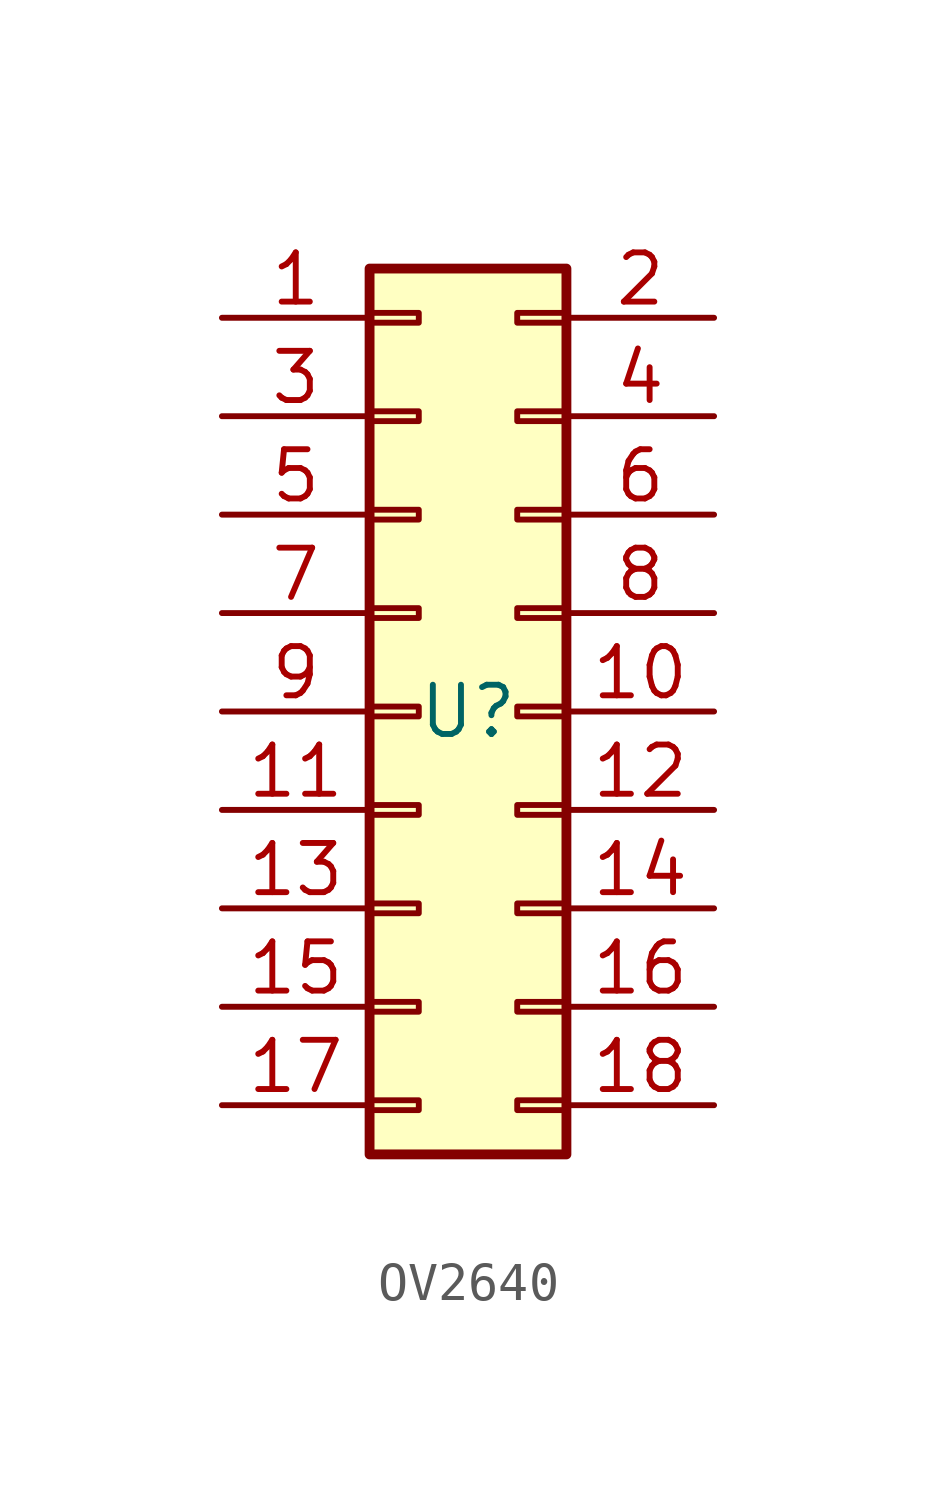
<source format=kicad_sym>
(kicad_symbol_lib
  (version 20241209)
  (generator "kicad_symbol_editor")
  (generator_version "9.0")
  (symbol "OV2640"
    (property "Reference" "U"
      (at 1.27 0 0)
      (effects (font (size 1.27 1.27))))
    (property "Value" ""
      (at 0 0 0)
      (effects (font (size 1.27 1.27))))
    (symbol "OV2640_1_1"
      (rectangle (start -1.27 11.43) (end 3.81 -11.43) (stroke (width 0.254) (type default)) (fill (type background)))
      (rectangle (start -1.27 10.287) (end 0 10.033) (stroke (width 0.152) (type default)) (fill (type none)))
      (rectangle (start -1.27 7.747) (end 0 7.493) (stroke (width 0.152) (type default)) (fill (type none)))
      (rectangle (start -1.27 5.207) (end 0 4.953) (stroke (width 0.152) (type default)) (fill (type none)))
      (rectangle (start -1.27 2.667) (end 0 2.413) (stroke (width 0.152) (type default)) (fill (type none)))
      (rectangle (start -1.27 0.127) (end 0 -0.127) (stroke (width 0.152) (type default)) (fill (type none)))
      (rectangle (start -1.27 -2.413) (end 0 -2.667) (stroke (width 0.152) (type default)) (fill (type none)))
      (rectangle (start -1.27 -4.953) (end 0 -5.207) (stroke (width 0.152) (type default)) (fill (type none)))
      (rectangle (start -1.27 -7.493) (end 0 -7.747) (stroke (width 0.152) (type default)) (fill (type none)))
      (rectangle (start -1.27 -10.033) (end 0 -10.287) (stroke (width 0.152) (type default)) (fill (type none)))
      (rectangle (start 2.54 7.747) (end 3.81 7.493) (stroke (width 0.152) (type default)) (fill (type none)))
      (rectangle (start 3.81 10.287) (end 2.54 10.033) (stroke (width 0.152) (type default)) (fill (type none)))
      (rectangle (start 3.81 5.207) (end 2.54 4.953) (stroke (width 0.152) (type default)) (fill (type none)))
      (rectangle (start 3.81 2.667) (end 2.54 2.413) (stroke (width 0.152) (type default)) (fill (type none)))
      (rectangle (start 3.81 0.127) (end 2.54 -0.127) (stroke (width 0.152) (type default)) (fill (type none)))
      (rectangle (start 3.81 -2.413) (end 2.54 -2.667) (stroke (width 0.152) (type default)) (fill (type none)))
      (rectangle (start 3.81 -4.953) (end 2.54 -5.207) (stroke (width 0.152) (type default)) (fill (type none)))
      (rectangle (start 3.81 -7.493) (end 2.54 -7.747) (stroke (width 0.152) (type default)) (fill (type none)))
      (rectangle (start 3.81 -10.033) (end 2.54 -10.287) (stroke (width 0.152) (type default)) (fill (type none)))
      (pin passive line (at -5.08 10.16 0) (length 3.81) (name "" (effects (font (size 1.27 1.27)))) (number "1" (effects (font (size 1.27 1.27)))))
      (pin passive line (at -5.08 7.62 0) (length 3.81) (name "" (effects (font (size 1.27 1.27)))) (number "3" (effects (font (size 1.27 1.27)))))
      (pin passive line (at -5.08 5.08 0) (length 3.81) (name "" (effects (font (size 1.27 1.27)))) (number "5" (effects (font (size 1.27 1.27)))))
      (pin passive line (at -5.08 2.54 0) (length 3.81) (name "" (effects (font (size 1.27 1.27)))) (number "7" (effects (font (size 1.27 1.27)))))
      (pin passive line (at -5.08 0 0) (length 3.81) (name "" (effects (font (size 1.27 1.27)))) (number "9" (effects (font (size 1.27 1.27)))))
      (pin passive line (at -5.08 -2.54 0) (length 3.81) (name "" (effects (font (size 1.27 1.27)))) (number "11" (effects (font (size 1.27 1.27)))))
      (pin passive line (at -5.08 -5.08 0) (length 3.81) (name "" (effects (font (size 1.27 1.27)))) (number "13" (effects (font (size 1.27 1.27)))))
      (pin passive line (at -5.08 -7.62 0) (length 3.81) (name "" (effects (font (size 1.27 1.27)))) (number "15" (effects (font (size 1.27 1.27)))))
      (pin passive line (at -5.08 -10.16 0) (length 3.81) (name "" (effects (font (size 1.27 1.27)))) (number "17" (effects (font (size 1.27 1.27)))))
      (pin passive line (at 7.62 10.16 180) (length 3.81) (name "" (effects (font (size 1.27 1.27)))) (number "2" (effects (font (size 1.27 1.27)))))
      (pin passive line (at 7.62 7.62 180) (length 3.81) (name "" (effects (font (size 1.27 1.27)))) (number "4" (effects (font (size 1.27 1.27)))))
      (pin passive line (at 7.62 5.08 180) (length 3.81) (name "" (effects (font (size 1.27 1.27)))) (number "6" (effects (font (size 1.27 1.27)))))
      (pin passive line (at 7.62 2.54 180) (length 3.81) (name "" (effects (font (size 1.27 1.27)))) (number "8" (effects (font (size 1.27 1.27)))))
      (pin passive line (at 7.62 0 180) (length 3.81) (name "" (effects (font (size 1.27 1.27)))) (number "10" (effects (font (size 1.27 1.27)))))
      (pin passive line (at 7.62 -2.54 180) (length 3.81) (name "" (effects (font (size 1.27 1.27)))) (number "12" (effects (font (size 1.27 1.27)))))
      (pin passive line (at 7.62 -5.08 180) (length 3.81) (name "" (effects (font (size 1.27 1.27)))) (number "14" (effects (font (size 1.27 1.27)))))
      (pin passive line (at 7.62 -7.62 180) (length 3.81) (name "" (effects (font (size 1.27 1.27)))) (number "16" (effects (font (size 1.27 1.27)))))
      (pin passive line (at 7.62 -10.16 180) (length 3.81) (name "" (effects (font (size 1.27 1.27)))) (number "18" (effects (font (size 1.27 1.27))))))))
</source>
